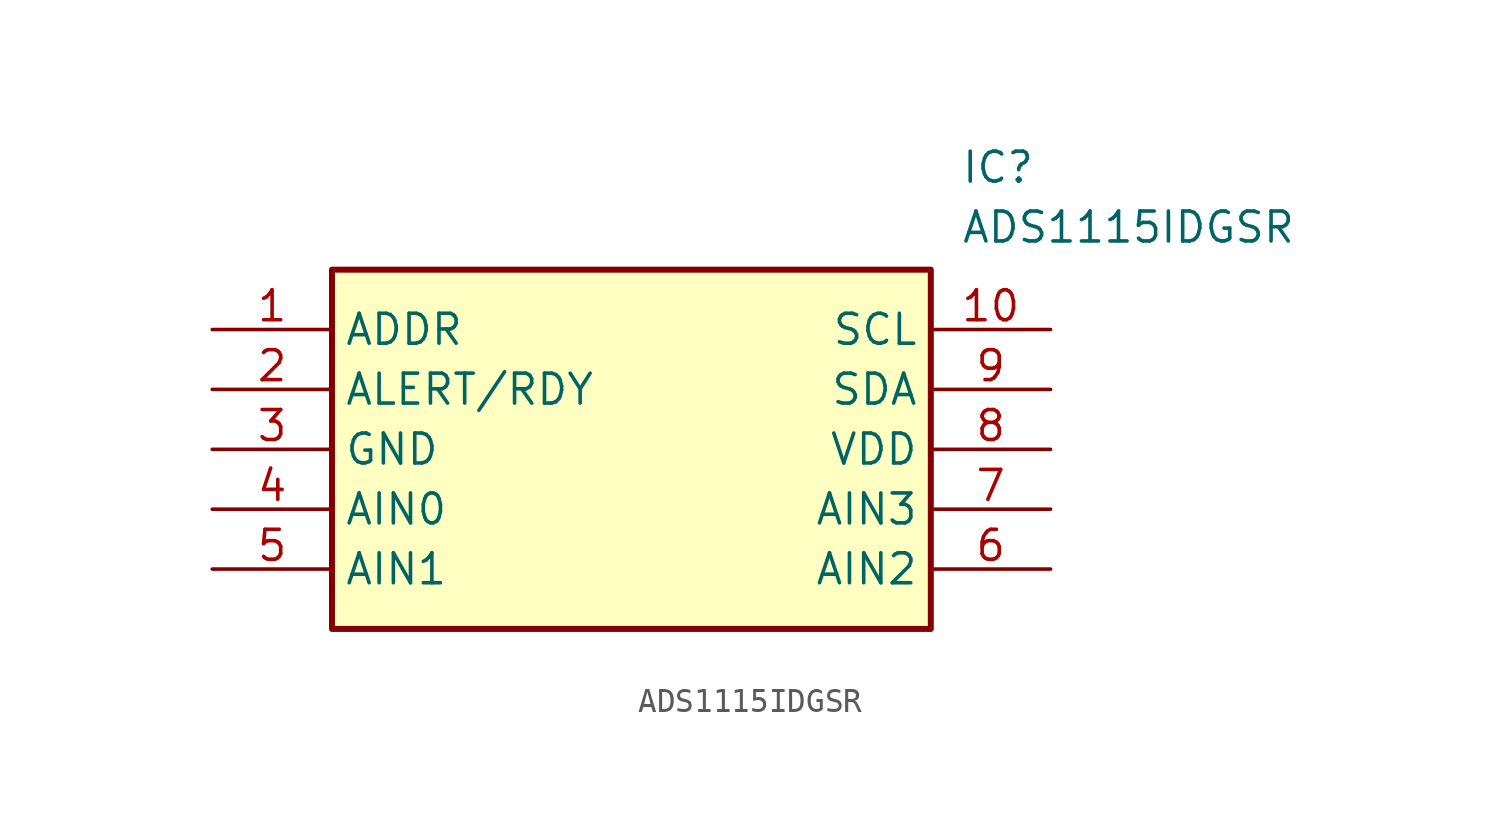
<source format=kicad_sym>
(kicad_symbol_lib
  (version 20211014)
  (generator SamacSys_ECAD_Model)
  (symbol "ADS1115IDGSR"
    (property "Reference" "IC"
      (at 31.75 7.62 0)
      (effects (font (size 1.27 1.27)) (justify left top)))
    (property "Value" "ADS1115IDGSR"
      (at 31.75 5.08 0)
      (effects (font (size 1.27 1.27)) (justify left top)))
    (rectangle
      (start 5.08 2.54)
      (end 30.48 -12.7)
      (stroke (width 0.254) (type default))
      (fill (type background)))
    (pin passive line
      (at 0 0 0)
      (length 5.08)
      (name "ADDR" (effects (font (size 1.27 1.27))))
      (number "1" (effects (font (size 1.27 1.27)))))
    (pin passive line
      (at 0 -2.54 0)
      (length 5.08)
      (name "ALERT/RDY" (effects (font (size 1.27 1.27))))
      (number "2" (effects (font (size 1.27 1.27)))))
    (pin passive line
      (at 0 -5.08 0)
      (length 5.08)
      (name "GND" (effects (font (size 1.27 1.27))))
      (number "3" (effects (font (size 1.27 1.27)))))
    (pin passive line
      (at 0 -7.62 0)
      (length 5.08)
      (name "AIN0" (effects (font (size 1.27 1.27))))
      (number "4" (effects (font (size 1.27 1.27)))))
    (pin passive line
      (at 0 -10.16 0)
      (length 5.08)
      (name "AIN1" (effects (font (size 1.27 1.27))))
      (number "5" (effects (font (size 1.27 1.27)))))
    (pin passive line
      (at 35.56 0 180)
      (length 5.08)
      (name "SCL" (effects (font (size 1.27 1.27))))
      (number "10" (effects (font (size 1.27 1.27)))))
    (pin passive line
      (at 35.56 -2.54 180)
      (length 5.08)
      (name "SDA" (effects (font (size 1.27 1.27))))
      (number "9" (effects (font (size 1.27 1.27)))))
    (pin passive line
      (at 35.56 -5.08 180)
      (length 5.08)
      (name "VDD" (effects (font (size 1.27 1.27))))
      (number "8" (effects (font (size 1.27 1.27)))))
    (pin passive line
      (at 35.56 -7.62 180)
      (length 5.08)
      (name "AIN3" (effects (font (size 1.27 1.27))))
      (number "7" (effects (font (size 1.27 1.27)))))
    (pin passive line
      (at 35.56 -10.16 180)
      (length 5.08)
      (name "AIN2" (effects (font (size 1.27 1.27))))
      (number "6" (effects (font (size 1.27 1.27)))))))
</source>
